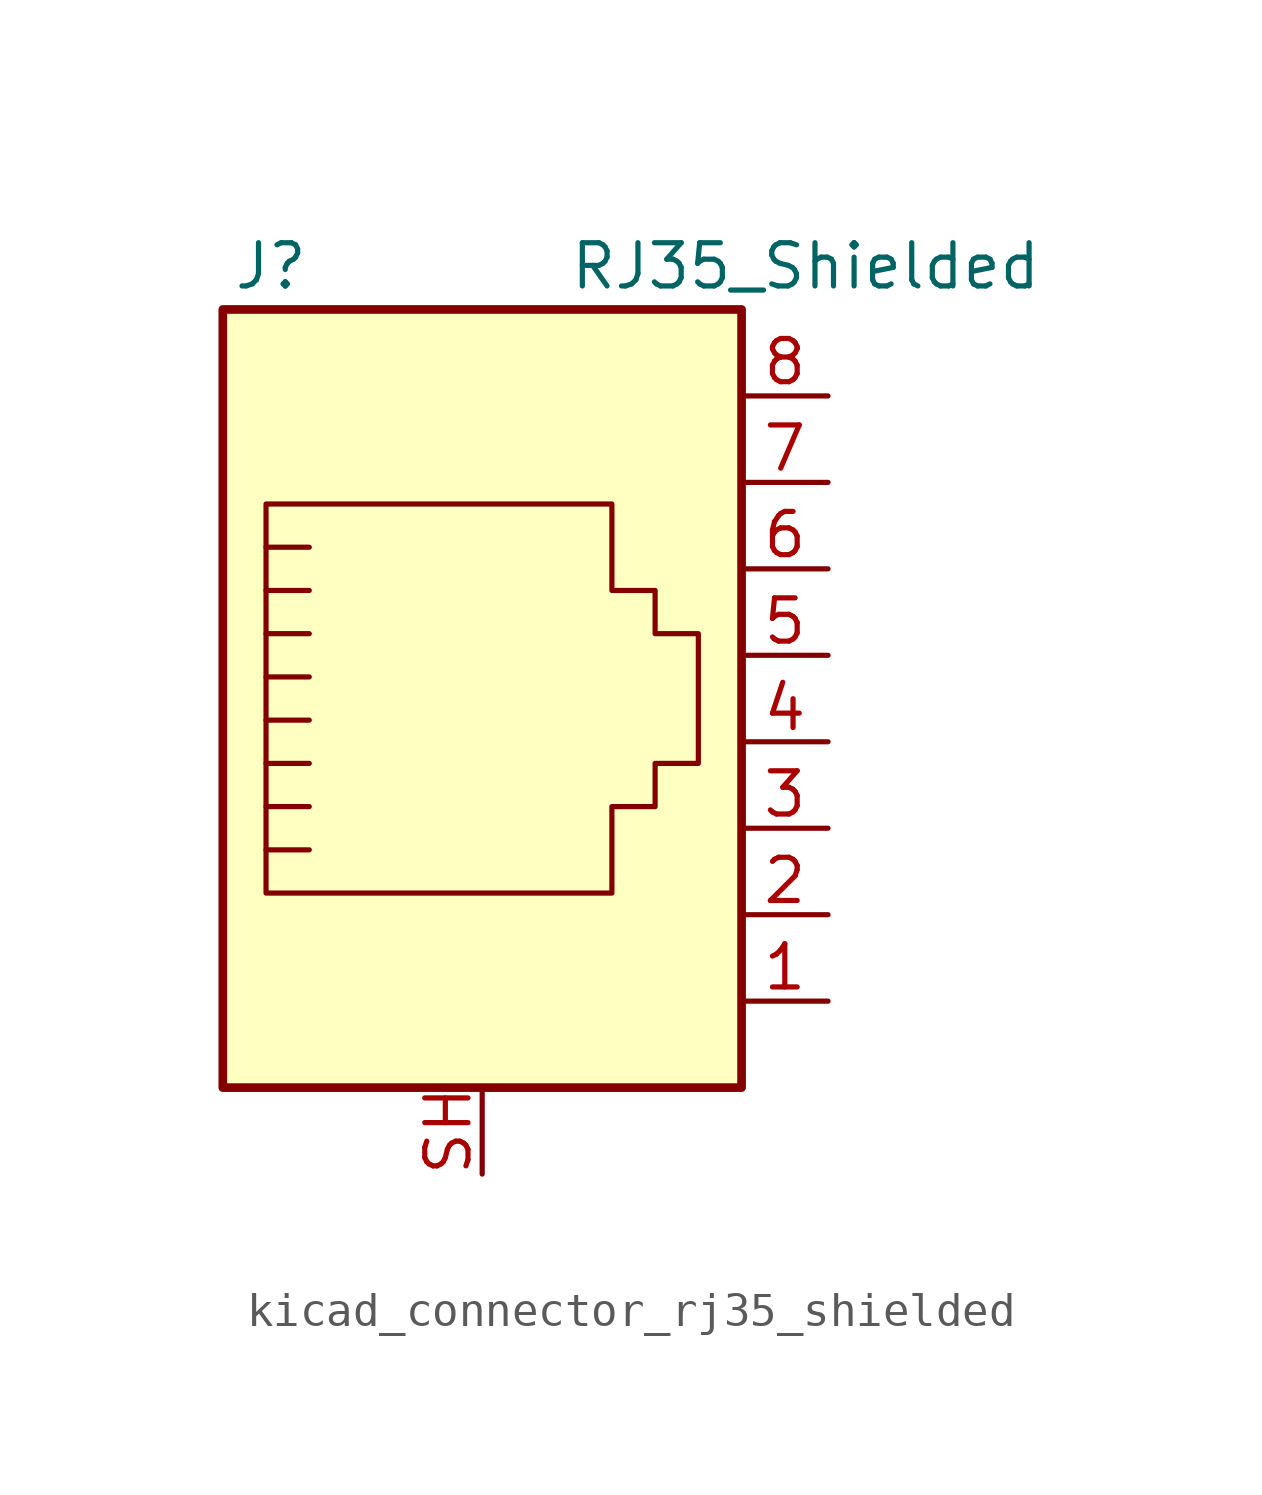
<source format=kicad_sym>
(kicad_symbol_lib
  (version 20220914)
  (generator kicad_symbol_editor)
  (symbol "kicad_connector_rj35_shielded"
    (pin_names
      (offset 1.016))
    (property "Reference" "J"
      (at -5.08 13.97 0)
      (effects (font (size 1.27 1.27)) (justify right)))
    (property "Value" "RJ35_Shielded"
      (at 2.54 13.97 0)
      (effects (font (size 1.27 1.27)) (justify left)))
    (symbol "kicad_connector_rj35_shielded_0_1"
      (polyline (pts (xy -5.08 4.445) (xy -6.35 4.445)) (stroke (width 0) (type default)) (fill (type none)))
      (polyline (pts (xy -5.08 5.715) (xy -6.35 5.715)) (stroke (width 0) (type default)) (fill (type none)))
      (polyline (pts (xy -6.35 -3.175) (xy -5.08 -3.175) (xy -5.08 -3.175)) (stroke (width 0) (type default)) (fill (type none)))
      (polyline (pts (xy -6.35 -1.905) (xy -5.08 -1.905) (xy -5.08 -1.905)) (stroke (width 0) (type default)) (fill (type none)))
      (polyline (pts (xy -6.35 -0.635) (xy -5.08 -0.635) (xy -5.08 -0.635)) (stroke (width 0) (type default)) (fill (type none)))
      (polyline (pts (xy -6.35 0.635) (xy -5.08 0.635) (xy -5.08 0.635)) (stroke (width 0) (type default)) (fill (type none)))
      (polyline (pts (xy -6.35 1.905) (xy -5.08 1.905) (xy -5.08 1.905)) (stroke (width 0) (type default)) (fill (type none)))
      (polyline (pts (xy -5.08 3.175) (xy -6.35 3.175) (xy -6.35 3.175)) (stroke (width 0) (type default)) (fill (type none)))
      (polyline (pts (xy -6.35 -4.445) (xy -6.35 6.985) (xy 3.81 6.985) (xy 3.81 4.445) (xy 5.08 4.445) (xy 5.08 3.175) (xy 6.35 3.175) (xy 6.35 -0.635) (xy 5.08 -0.635) (xy 5.08 -1.905) (xy 3.81 -1.905) (xy 3.81 -4.445) (xy -6.35 -4.445) (xy -6.35 -4.445)) (stroke (width 0) (type default)) (fill (type none)))
      (rectangle (start 7.62 12.7) (end -7.62 -10.16) (stroke (width 0.254) (type default)) (fill (type background))))
    (symbol "kicad_connector_rj35_shielded_1_1"
      (pin passive line (at 10.16 -7.62 180) (length 2.54) (name "~" (effects (font (size 1.27 1.27)))) (number "1" (effects (font (size 1.27 1.27)))))
      (pin passive line (at 10.16 -5.08 180) (length 2.54) (name "~" (effects (font (size 1.27 1.27)))) (number "2" (effects (font (size 1.27 1.27)))))
      (pin passive line (at 10.16 -2.54 180) (length 2.54) (name "~" (effects (font (size 1.27 1.27)))) (number "3" (effects (font (size 1.27 1.27)))))
      (pin passive line (at 10.16 0 180) (length 2.54) (name "~" (effects (font (size 1.27 1.27)))) (number "4" (effects (font (size 1.27 1.27)))))
      (pin passive line (at 10.16 2.54 180) (length 2.54) (name "~" (effects (font (size 1.27 1.27)))) (number "5" (effects (font (size 1.27 1.27)))))
      (pin passive line (at 10.16 5.08 180) (length 2.54) (name "~" (effects (font (size 1.27 1.27)))) (number "6" (effects (font (size 1.27 1.27)))))
      (pin passive line (at 10.16 7.62 180) (length 2.54) (name "~" (effects (font (size 1.27 1.27)))) (number "7" (effects (font (size 1.27 1.27)))))
      (pin passive line (at 10.16 10.16 180) (length 2.54) (name "~" (effects (font (size 1.27 1.27)))) (number "8" (effects (font (size 1.27 1.27)))))
      (pin passive line (at 0 -12.7 90) (length 2.54) (name "~" (effects (font (size 1.27 1.27)))) (number "SH" (effects (font (size 1.27 1.27))))))))
</source>
